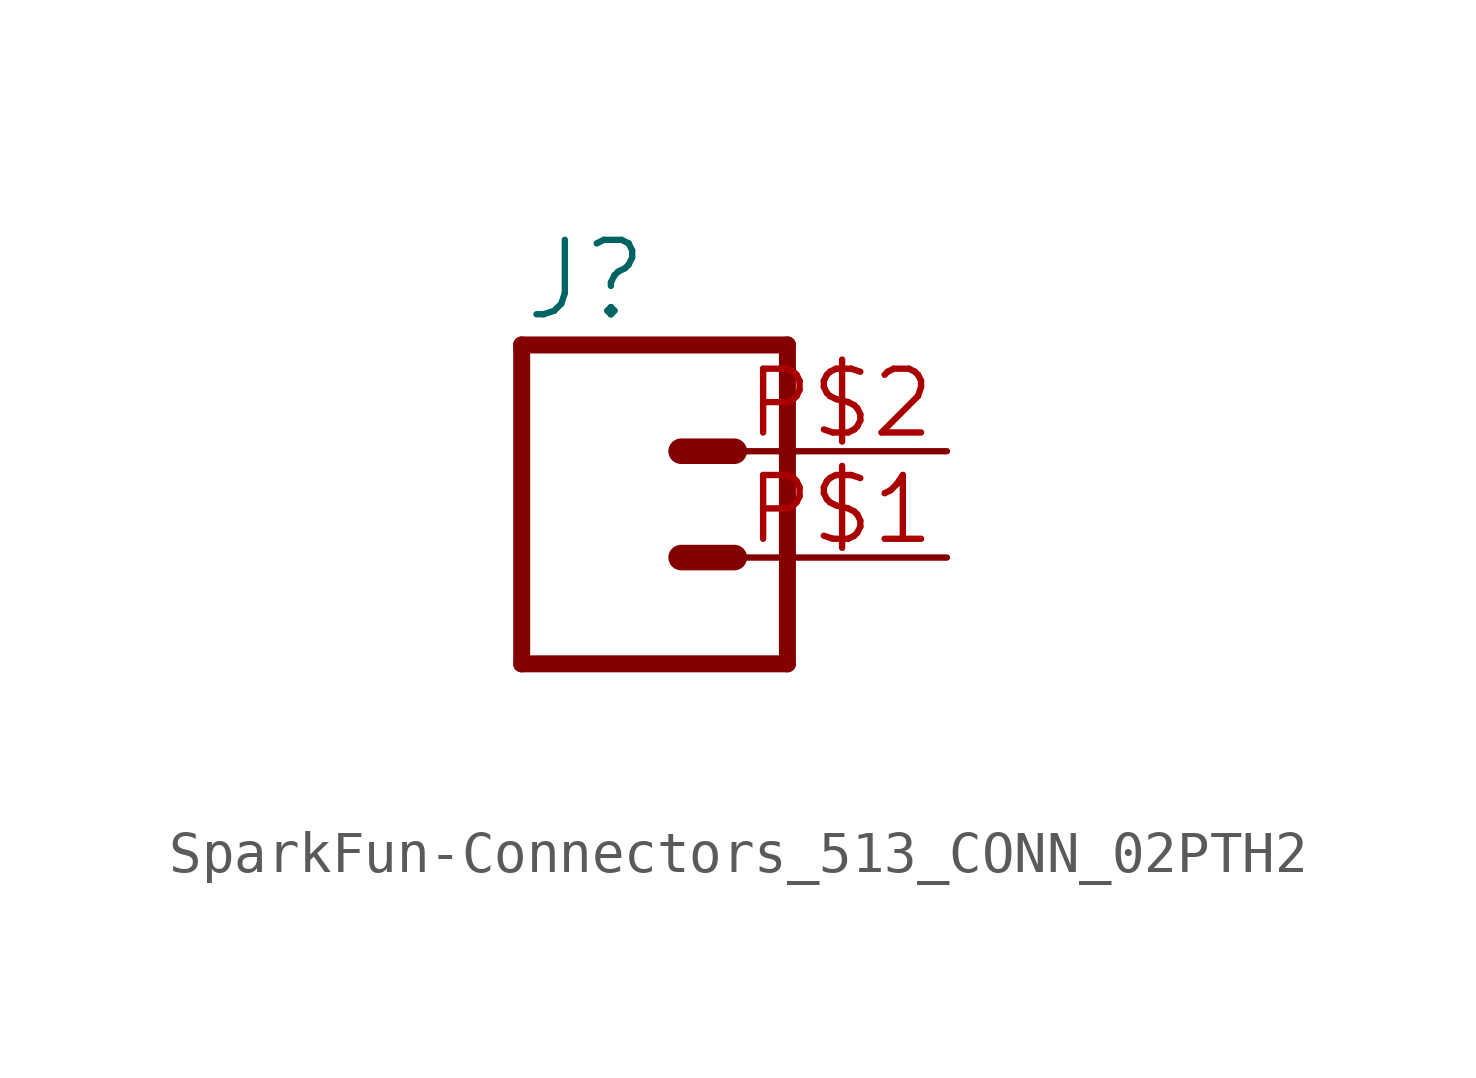
<source format=kicad_sym>
(kicad_symbol_lib
  (version 20241209)
  (generator "kicad_symbol_editor")
  (generator_version "9.0")
  (symbol "SparkFun-Connectors_513_CONN_02PTH2"
    (property "Reference" "J"
      (at -2.54 5.588 0)
      (effects (font (size 1.778 1.778)) (justify left bottom)))
    (property "Value" ""
      (at -2.54 -4.826 0)
      (effects (font (size 1.778 1.778)) (justify left bottom)))
    (property "ki_locked" ""
      (at 0 0 0)
      (effects (font (size 1.27 1.27))))
    (symbol "SparkFun-Connectors_513_CONN_02PTH2_1_0"
      (polyline (pts (xy -2.54 5.08) (xy -2.54 -2.54)) (stroke (width 0.406) (type solid)) (fill (type none)))
      (polyline (pts (xy -2.54 5.08) (xy 3.81 5.08)) (stroke (width 0.406) (type solid)) (fill (type none)))
      (polyline (pts (xy 1.27 2.54) (xy 2.54 2.54)) (stroke (width 0.61) (type solid)) (fill (type none)))
      (polyline (pts (xy 1.27 0) (xy 2.54 0)) (stroke (width 0.61) (type solid)) (fill (type none)))
      (polyline (pts (xy 3.81 -2.54) (xy -2.54 -2.54)) (stroke (width 0.406) (type solid)) (fill (type none)))
      (polyline (pts (xy 3.81 -2.54) (xy 3.81 5.08)) (stroke (width 0.406) (type solid)) (fill (type none)))
      (pin passive line (at 7.62 2.54 180) (length 5.08) (name "2" (effects (font (size 0 0)))) (number "P$2" (effects (font (size 1.524 1.524)))))
      (pin passive line (at 7.62 0 180) (length 5.08) (name "1" (effects (font (size 0 0)))) (number "P$1" (effects (font (size 1.524 1.524))))))))
</source>
